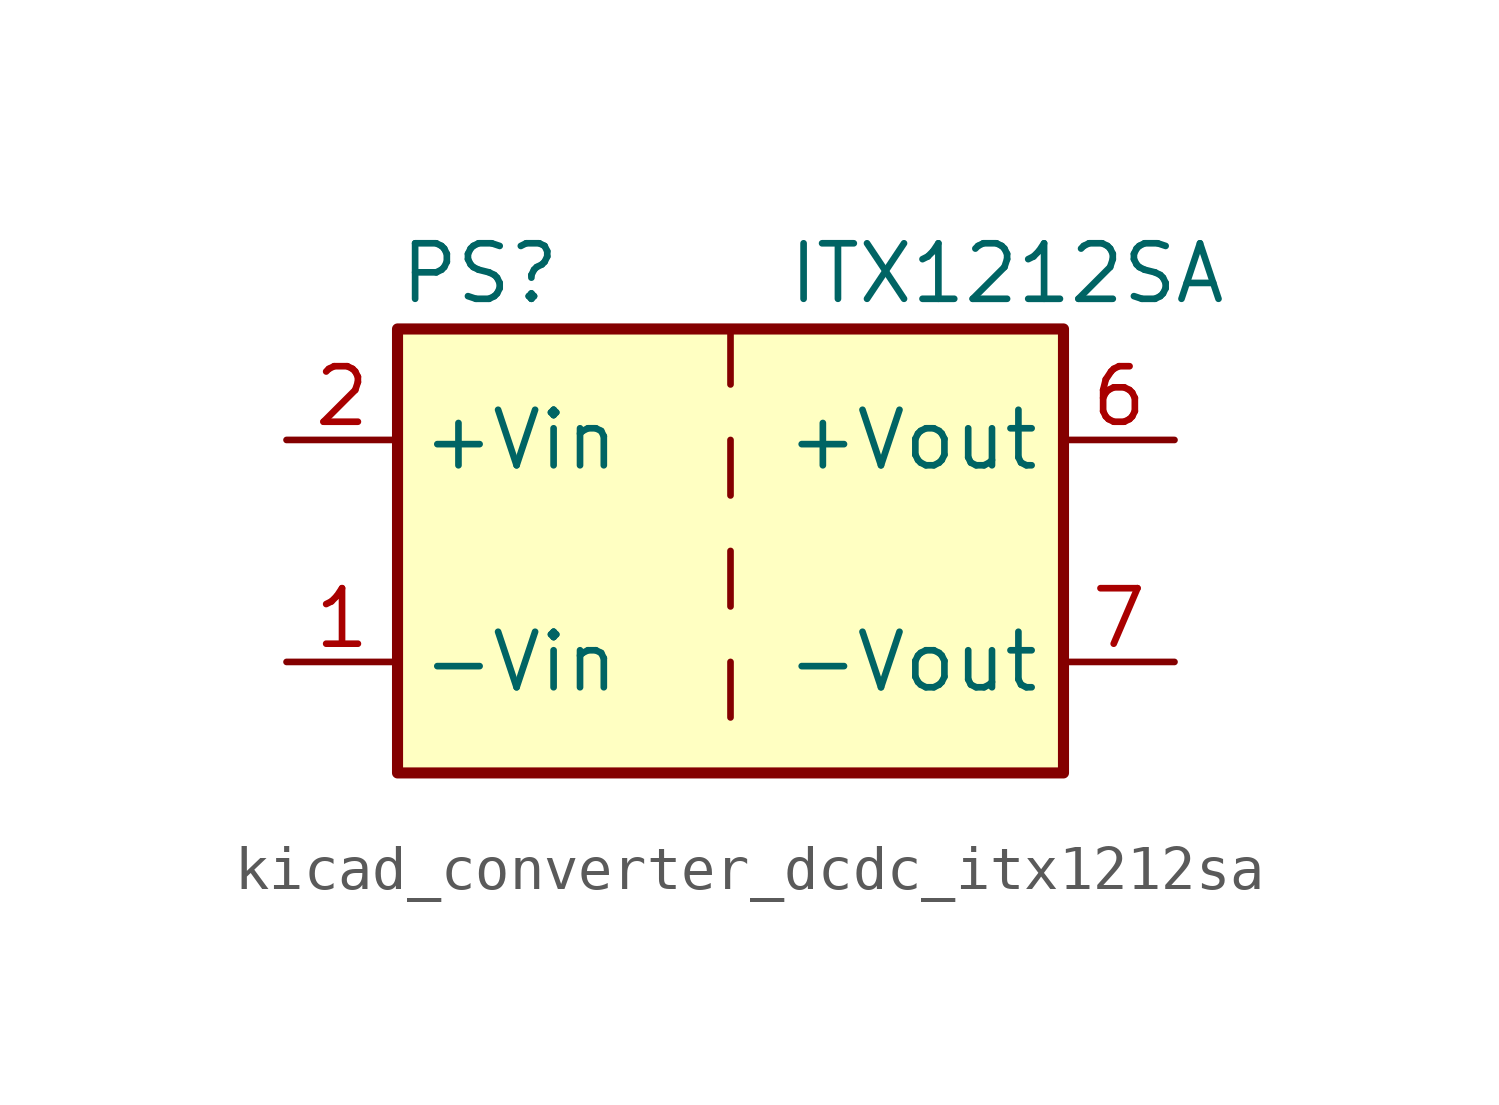
<source format=kicad_sym>
(kicad_symbol_lib
  (version 20220914)
  (generator kicad_symbol_editor)
  (symbol "kicad_converter_dcdc_itx1212sa"
    (property "Reference" "PS"
      (at -7.62 6.35 0)
      (effects (font (size 1.27 1.27)) (justify left)))
    (property "Value" "ITX1212SA"
      (at 1.27 6.35 0)
      (effects (font (size 1.27 1.27)) (justify left)))
    (symbol "kicad_converter_dcdc_itx1212sa_0_0"
      (pin power_in line (at -10.16 -2.54 0) (length 2.54) (name "-Vin" (effects (font (size 1.27 1.27)))) (number "1" (effects (font (size 1.27 1.27)))))
      (pin power_in line (at -10.16 2.54 0) (length 2.54) (name "+Vin" (effects (font (size 1.27 1.27)))) (number "2" (effects (font (size 1.27 1.27)))))
      (pin power_out line (at 10.16 2.54 180) (length 2.54) (name "+Vout" (effects (font (size 1.27 1.27)))) (number "6" (effects (font (size 1.27 1.27)))))
      (pin power_out line (at 10.16 -2.54 180) (length 2.54) (name "-Vout" (effects (font (size 1.27 1.27)))) (number "7" (effects (font (size 1.27 1.27)))))
      (pin no_connect line (at 7.62 0 180) (length 2.54) hide (name "NC" (effects (font (size 1.27 1.27)))) (number "8" (effects (font (size 1.27 1.27))))))
    (symbol "kicad_converter_dcdc_itx1212sa_0_1"
      (rectangle (start -7.62 5.08) (end 7.62 -5.08) (stroke (width 0.254) (type default)) (fill (type background)))
      (polyline (pts (xy 0 -2.54) (xy 0 -3.81)) (stroke (width 0) (type default)) (fill (type none)))
      (polyline (pts (xy 0 0) (xy 0 -1.27)) (stroke (width 0) (type default)) (fill (type none)))
      (polyline (pts (xy 0 2.54) (xy 0 1.27)) (stroke (width 0) (type default)) (fill (type none)))
      (polyline (pts (xy 0 5.08) (xy 0 3.81)) (stroke (width 0) (type default)) (fill (type none))))))
</source>
